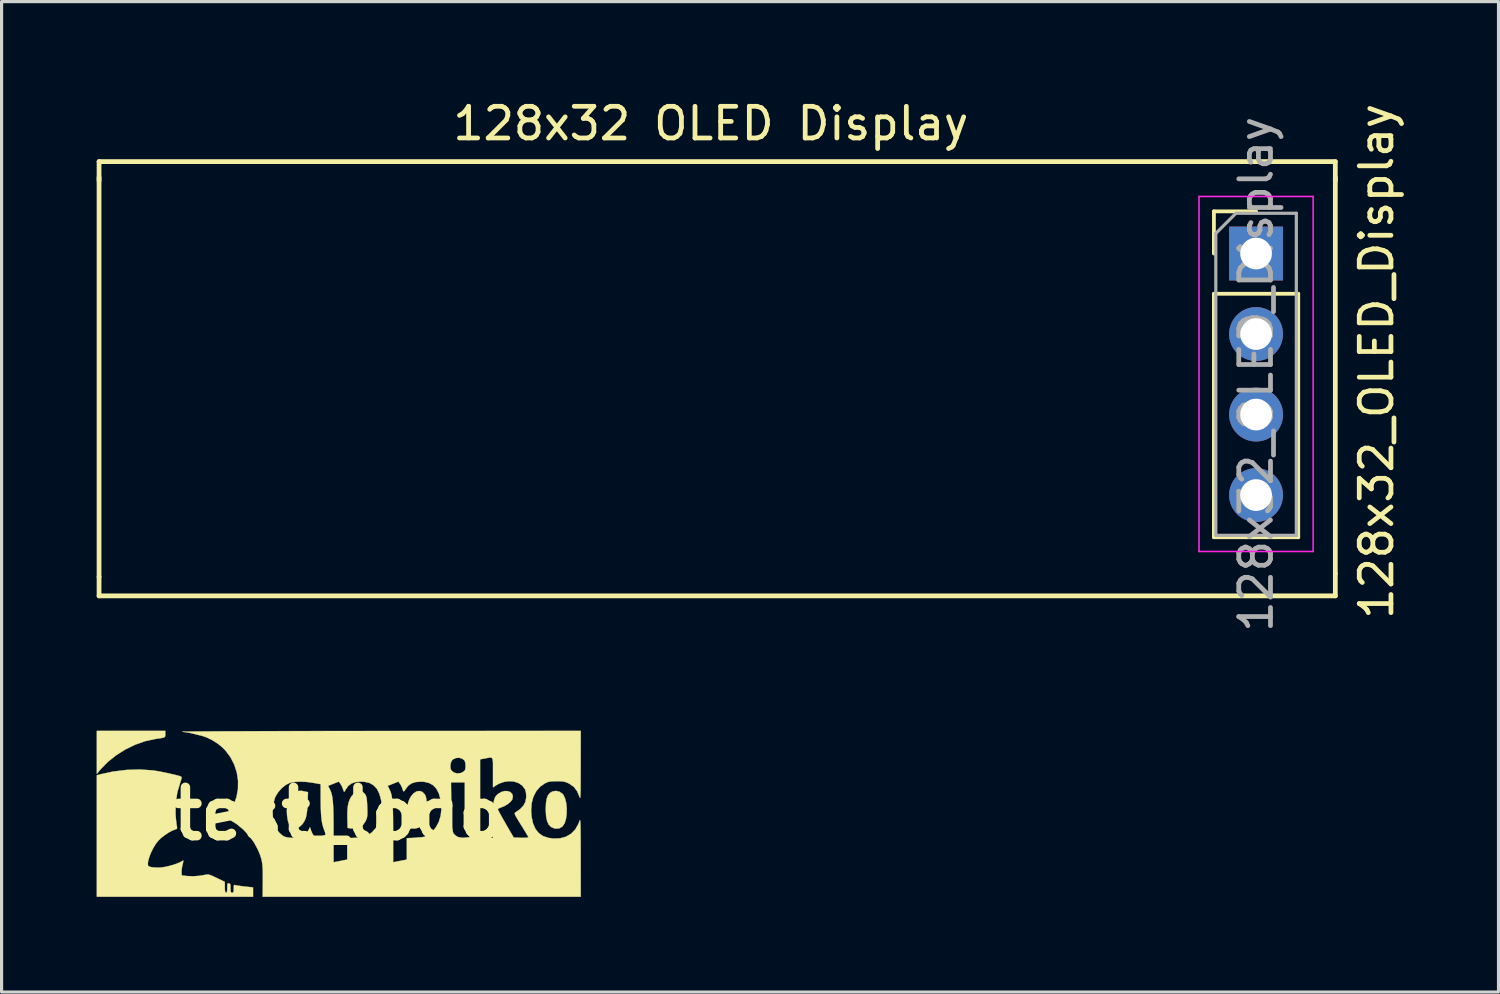
<source format=kicad_pcb>
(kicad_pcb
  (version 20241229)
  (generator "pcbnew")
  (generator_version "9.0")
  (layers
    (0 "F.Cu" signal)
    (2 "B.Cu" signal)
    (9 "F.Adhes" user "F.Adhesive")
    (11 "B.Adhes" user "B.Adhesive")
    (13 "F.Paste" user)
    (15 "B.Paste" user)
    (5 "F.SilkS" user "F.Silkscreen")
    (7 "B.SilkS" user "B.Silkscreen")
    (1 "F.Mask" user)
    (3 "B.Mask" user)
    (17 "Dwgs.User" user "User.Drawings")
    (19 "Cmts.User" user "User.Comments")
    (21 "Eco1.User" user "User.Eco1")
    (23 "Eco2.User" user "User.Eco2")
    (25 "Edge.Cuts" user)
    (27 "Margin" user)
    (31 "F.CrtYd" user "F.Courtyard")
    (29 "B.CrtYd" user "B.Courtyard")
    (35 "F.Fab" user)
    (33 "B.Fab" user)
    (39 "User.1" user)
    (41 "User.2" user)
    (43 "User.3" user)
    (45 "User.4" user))
  (footprint "test_logo"
    (layer "F.Cu")
    (at 7.625 22.623)
    (property "Reference" "test_logo" (at 0 0 0) (layer "F.SilkS") (effects (font (size 1.524 1.524) (thickness 0.3))))
    (attr through_hole)
    (fp_poly (pts (xy -5.461 -2.515) (xy -5.461 -2.47) (xy -5.468 -2.438) (xy -5.488 -2.416) (xy -5.531 -2.4) (xy -5.604 -2.386) (xy -5.716 -2.369) (xy -5.779 -2.36) (xy -6.092 -2.293) (xy -6.408 -2.182) (xy -6.716 -2.033) (xy -7.006 -1.851) (xy -7.269 -1.642) (xy -7.495 -1.412) (xy -7.539 -1.359) (xy -7.62 -1.258) (xy -7.62 -2.616) (xy -5.461 -2.616) (xy -5.461 -2.515)) (stroke (width 0.01) (type solid)) (fill yes) (layer "F.SilkS"))
    (fp_poly (pts (xy -1.155 -0.724) (xy -1.092 -0.711) (xy -1.032 -0.699) (xy -0.959 -0.683) (xy -0.972 -0.335) (xy -0.982 -0.146) (xy -1 0.003) (xy -1.026 0.121) (xy -1.065 0.217) (xy -1.117 0.302) (xy -1.143 0.335) (xy -1.239 0.421) (xy -1.342 0.462) (xy -1.416 0.463) (xy -1.488 0.426) (xy -1.547 0.345) (xy -1.591 0.225) (xy -1.618 0.07) (xy -1.626 -0.089) (xy -1.612 -0.297) (xy -1.572 -0.462) (xy -1.503 -0.586) (xy -1.407 -0.67) (xy -1.313 -0.707) (xy -1.234 -0.722) (xy -1.169 -0.726) (xy -1.155 -0.724)) (stroke (width 0.01) (type solid)) (fill yes) (layer "F.SilkS"))
    (fp_poly (pts (xy 6.97 -0.699) (xy 7.065 -0.636) (xy 7.103 -0.59) (xy 7.153 -0.48) (xy 7.187 -0.337) (xy 7.203 -0.174) (xy 7.201 -0.006) (xy 7.181 0.153) (xy 7.141 0.288) (xy 7.138 0.296) (xy 7.07 0.398) (xy 6.977 0.456) (xy 6.864 0.469) (xy 6.798 0.456) (xy 6.703 0.411) (xy 6.632 0.336) (xy 6.583 0.226) (xy 6.553 0.078) (xy 6.542 -0.114) (xy 6.542 -0.165) (xy 6.55 -0.346) (xy 6.573 -0.484) (xy 6.613 -0.586) (xy 6.672 -0.657) (xy 6.748 -0.702) (xy 6.859 -0.723) (xy 6.97 -0.699)) (stroke (width 0.01) (type solid)) (fill yes) (layer "F.SilkS"))
    (fp_poly (pts (xy 0.766 -0.693) (xy 0.841 -0.62) (xy 0.852 -0.603) (xy 0.874 -0.556) (xy 0.89 -0.496) (xy 0.9 -0.413) (xy 0.907 -0.296) (xy 0.91 -0.209) (xy 0.914 -0.075) (xy 0.913 0.02) (xy 0.907 0.089) (xy 0.894 0.144) (xy 0.873 0.198) (xy 0.855 0.236) (xy 0.773 0.356) (xy 0.668 0.433) (xy 0.536 0.466) (xy 0.381 0.459) (xy 0.292 0.445) (xy 0.284 0.14) (xy 0.283 -0.059) (xy 0.295 -0.218) (xy 0.32 -0.348) (xy 0.361 -0.459) (xy 0.408 -0.544) (xy 0.492 -0.646) (xy 0.584 -0.705) (xy 0.678 -0.721) (xy 0.766 -0.693)) (stroke (width 0.01) (type solid)) (fill yes) (layer "F.SilkS"))
    (fp_poly (pts (xy 2.646 -0.693) (xy 2.72 -0.62) (xy 2.732 -0.603) (xy 2.754 -0.556) (xy 2.769 -0.496) (xy 2.78 -0.413) (xy 2.787 -0.296) (xy 2.79 -0.209) (xy 2.793 -0.075) (xy 2.793 0.02) (xy 2.787 0.089) (xy 2.774 0.144) (xy 2.752 0.198) (xy 2.734 0.236) (xy 2.653 0.356) (xy 2.547 0.433) (xy 2.415 0.466) (xy 2.261 0.459) (xy 2.172 0.445) (xy 2.164 0.14) (xy 2.163 -0.059) (xy 2.174 -0.218) (xy 2.2 -0.348) (xy 2.24 -0.459) (xy 2.287 -0.544) (xy 2.371 -0.646) (xy 2.464 -0.705) (xy 2.558 -0.721) (xy 2.646 -0.693)) (stroke (width 0.01) (type solid)) (fill yes) (layer "F.SilkS"))
    (fp_poly (pts (xy -5.867 -1.371) (xy -5.77 -1.357) (xy -5.648 -1.336) (xy -5.512 -1.309) (xy -5.371 -1.28) (xy -5.236 -1.249) (xy -5.117 -1.221) (xy -5.024 -1.196) (xy -4.968 -1.177) (xy -4.96 -1.173) (xy -4.946 -1.149) (xy -4.952 -1.101) (xy -4.98 -1.018) (xy -4.98 -1.018) (xy -5.079 -0.688) (xy -5.132 -0.344) (xy -5.137 0.006) (xy -5.13 0.113) (xy -5.118 0.226) (xy -5.106 0.325) (xy -5.095 0.395) (xy -5.092 0.415) (xy -5.088 0.461) (xy -5.119 0.485) (xy -5.148 0.494) (xy -5.242 0.53) (xy -5.357 0.592) (xy -5.478 0.673) (xy -5.59 0.76) (xy -5.678 0.844) (xy -5.76 0.949) (xy -5.837 1.075) (xy -5.905 1.21) (xy -5.96 1.345) (xy -5.997 1.469) (xy -6.012 1.572) (xy -6.004 1.636) (xy -5.969 1.664) (xy -5.894 1.684) (xy -5.79 1.695) (xy -5.668 1.697) (xy -5.567 1.69) (xy -5.453 1.672) (xy -5.322 1.641) (xy -5.189 1.603) (xy -5.069 1.561) (xy -4.98 1.521) (xy -4.96 1.51) (xy -4.914 1.482) (xy -4.893 1.473) (xy -4.893 1.495) (xy -4.904 1.553) (xy -4.919 1.615) (xy -4.938 1.713) (xy -4.948 1.807) (xy -4.948 1.85) (xy -4.94 1.943) (xy -4.788 1.962) (xy -4.593 1.971) (xy -4.379 1.956) (xy -4.212 1.927) (xy -4.157 1.917) (xy -4.111 1.915) (xy -4.06 1.926) (xy -3.994 1.951) (xy -3.9 1.994) (xy -3.839 2.024) (xy -3.585 2.146) (xy -3.583 2.318) (xy -3.58 2.413) (xy -3.57 2.466) (xy -3.553 2.488) (xy -3.543 2.489) (xy -3.521 2.478) (xy -3.509 2.437) (xy -3.505 2.357) (xy -3.505 2.334) (xy -3.503 2.249) (xy -3.496 2.204) (xy -3.48 2.191) (xy -3.465 2.194) (xy -3.425 2.208) (xy -3.414 2.21) (xy -3.408 2.233) (xy -3.405 2.292) (xy -3.404 2.349) (xy -3.401 2.43) (xy -3.392 2.472) (xy -3.371 2.488) (xy -3.353 2.489) (xy -3.323 2.483) (xy -3.307 2.455) (xy -3.302 2.393) (xy -3.302 2.359) (xy -3.3 2.284) (xy -3.291 2.249) (xy -3.271 2.243) (xy -3.258 2.248) (xy -3.214 2.258) (xy -3.134 2.271) (xy -3.029 2.285) (xy -2.953 2.294) (xy -2.692 2.322) (xy -2.692 2.616) (xy -7.62 2.616) (xy -7.62 -1.217) (xy -7.525 -1.243) (xy -7.112 -1.332) (xy -6.689 -1.384) (xy -6.269 -1.398) (xy -5.867 -1.371)) (stroke (width 0.01) (type solid)) (fill yes) (layer "F.SilkS"))
    (fp_poly (pts (xy 7.644 -1.518) (xy 7.643 -1.254) (xy 7.642 -1.036) (xy 7.641 -0.862) (xy 7.64 -0.728) (xy 7.637 -0.628) (xy 7.634 -0.56) (xy 7.63 -0.52) (xy 7.624 -0.503) (xy 7.618 -0.507) (xy 7.609 -0.526) (xy 7.603 -0.545) (xy 7.53 -0.716) (xy 7.428 -0.849) (xy 7.291 -0.946) (xy 7.271 -0.957) (xy 7.194 -0.992) (xy 7.126 -1.013) (xy 7.05 -1.024) (xy 6.949 -1.028) (xy 6.883 -1.028) (xy 6.762 -1.025) (xy 6.676 -1.018) (xy 6.608 -1.002) (xy 6.542 -0.974) (xy 6.513 -0.96) (xy 6.36 -0.852) (xy 6.238 -0.708) (xy 6.149 -0.532) (xy 6.096 -0.329) (xy 6.08 -0.104) (xy 6.094 0.089) (xy 6.14 0.303) (xy 6.215 0.474) (xy 6.319 0.607) (xy 6.454 0.701) (xy 6.624 0.759) (xy 6.781 0.781) (xy 6.992 0.774) (xy 7.179 0.723) (xy 7.34 0.629) (xy 7.471 0.495) (xy 7.571 0.321) (xy 7.609 0.221) (xy 7.616 0.202) (xy 7.623 0.201) (xy 7.628 0.221) (xy 7.632 0.266) (xy 7.636 0.339) (xy 7.638 0.444) (xy 7.64 0.584) (xy 7.642 0.763) (xy 7.643 0.985) (xy 7.644 1.252) (xy 7.644 1.365) (xy 7.645 2.616) (xy -2.388 2.616) (xy -2.383 2.115) (xy -2.383 1.908) (xy -2.387 1.742) (xy -2.397 1.606) (xy -2.415 1.488) (xy -2.443 1.379) (xy -2.481 1.268) (xy -2.533 1.144) (xy -2.541 1.127) (xy -2.662 0.903) (xy -2.82 0.688) (xy -3.004 0.492) (xy -3.204 0.326) (xy -3.377 0.218) (xy -3.476 0.161) (xy -3.53 0.119) (xy -3.539 0.094) (xy -3.515 0.057) (xy -3.472 -0.005) (xy -3.437 -0.054) (xy -3.403 -0.112) (xy -2.076 -0.112) (xy -2.068 0.085) (xy -2.031 0.271) (xy -1.969 0.438) (xy -1.883 0.577) (xy -1.774 0.679) (xy -1.772 0.68) (xy -1.709 0.717) (xy -1.643 0.739) (xy -1.559 0.752) (xy -1.46 0.758) (xy -1.288 0.753) (xy -1.153 0.719) (xy -1.048 0.653) (xy -0.963 0.55) (xy -0.934 0.497) (xy -0.896 0.423) (xy -0.864 0.523) (xy -0.826 0.612) (xy -0.776 0.697) (xy -0.771 0.704) (xy -0.71 0.786) (xy -0.577 0.733) (xy -0.499 0.702) (xy -0.438 0.678) (xy -0.416 0.669) (xy -0.408 0.639) (xy -0.426 0.567) (xy -0.448 0.51) (xy -0.484 0.405) (xy -0.513 0.291) (xy -0.533 0.159) (xy -0.547 0.001) (xy -0.555 -0.19) (xy -0.558 -0.423) (xy -0.558 -0.461) (xy -0.559 -0.882) (xy -0.326 -0.882) (xy -0.277 -0.788) (xy -0.247 -0.725) (xy -0.222 -0.657) (xy -0.202 -0.579) (xy -0.186 -0.487) (xy -0.174 -0.375) (xy -0.165 -0.236) (xy -0.159 -0.067) (xy -0.155 0.138) (xy -0.153 0.385) (xy -0.153 0.593) (xy -0.152 1.528) (xy -0.083 1.515) (xy -0.018 1.502) (xy 0.072 1.485) (xy 0.133 1.473) (xy 0.279 1.444) (xy 0.279 0.768) (xy 0.54 0.757) (xy 0.676 0.749) (xy 0.775 0.736) (xy 0.851 0.716) (xy 0.907 0.691) (xy 1.063 0.581) (xy 1.191 0.436) (xy 1.286 0.26) (xy 1.347 0.06) (xy 1.372 -0.156) (xy 1.357 -0.383) (xy 1.347 -0.436) (xy 1.293 -0.634) (xy 1.215 -0.789) (xy 1.128 -0.882) (xy 1.554 -0.882) (xy 1.603 -0.788) (xy 1.633 -0.725) (xy 1.658 -0.657) (xy 1.678 -0.579) (xy 1.694 -0.487) (xy 1.706 -0.375) (xy 1.715 -0.236) (xy 1.721 -0.067) (xy 1.725 0.138) (xy 1.726 0.385) (xy 1.727 0.593) (xy 1.727 1.528) (xy 1.797 1.515) (xy 1.861 1.502) (xy 1.951 1.485) (xy 2.013 1.473) (xy 2.159 1.444) (xy 2.159 0.768) (xy 2.419 0.757) (xy 2.555 0.749) (xy 2.654 0.736) (xy 2.73 0.716) (xy 2.787 0.691) (xy 2.943 0.581) (xy 3.07 0.436) (xy 3.166 0.26) (xy 3.227 0.06) (xy 3.251 -0.156) (xy 3.236 -0.383) (xy 3.227 -0.436) (xy 3.172 -0.635) (xy 3.093 -0.79) (xy 2.988 -0.903) (xy 2.854 -0.976) (xy 2.788 -0.991) (xy 3.553 -0.991) (xy 3.561 -0.248) (xy 3.564 -0.016) (xy 3.567 0.17) (xy 3.573 0.317) (xy 3.582 0.43) (xy 3.595 0.516) (xy 3.613 0.579) (xy 3.637 0.626) (xy 3.669 0.662) (xy 3.709 0.693) (xy 3.741 0.714) (xy 3.8 0.743) (xy 3.869 0.756) (xy 3.964 0.757) (xy 3.994 0.756) (xy 4.084 0.748) (xy 4.155 0.736) (xy 4.19 0.722) (xy 4.203 0.679) (xy 4.199 0.602) (xy 4.196 0.583) (xy 4.179 0.511) (xy 4.155 0.475) (xy 4.114 0.461) (xy 4.078 0.455) (xy 4.049 0.445) (xy 4.027 0.425) (xy 4.011 0.39) (xy 4 0.334) (xy 3.994 0.251) (xy 3.99 0.136) (xy 3.988 -0.016) (xy 3.988 -0.211) (xy 3.988 -0.295) (xy 3.988 -0.991) (xy 3.77 -0.991) (xy 3.553 -0.991) (xy 2.788 -0.991) (xy 2.691 -1.011) (xy 2.598 -1.015) (xy 2.432 -1.001) (xy 2.302 -0.958) (xy 2.2 -0.881) (xy 2.135 -0.798) (xy 2.091 -0.732) (xy 2.064 -0.706) (xy 2.048 -0.713) (xy 2.043 -0.726) (xy 2.003 -0.838) (xy 1.964 -0.917) (xy 1.936 -0.959) (xy 1.892 -1.016) (xy 1.723 -0.949) (xy 1.554 -0.882) (xy 1.128 -0.882) (xy 1.111 -0.901) (xy 0.978 -0.975) (xy 0.814 -1.011) (xy 0.711 -1.016) (xy 0.543 -1.002) (xy 0.411 -0.956) (xy 0.307 -0.876) (xy 0.225 -0.757) (xy 0.221 -0.749) (xy 0.194 -0.701) (xy 0.178 -0.695) (xy 0.165 -0.724) (xy 0.126 -0.831) (xy 0.092 -0.904) (xy 0.056 -0.959) (xy 0.012 -1.016) (xy -0.157 -0.949) (xy -0.326 -0.882) (xy -0.559 -0.882) (xy -0.559 -0.935) (xy -0.781 -0.975) (xy -0.985 -1.004) (xy -1.181 -1.015) (xy -1.358 -1.008) (xy -1.504 -0.984) (xy -1.539 -0.973) (xy -1.663 -0.91) (xy -1.787 -0.809) (xy -1.897 -0.685) (xy -1.981 -0.551) (xy -2.003 -0.499) (xy -2.055 -0.309) (xy -2.076 -0.112) (xy -3.403 -0.112) (xy -3.303 -0.283) (xy -3.214 -0.529) (xy -3.168 -0.786) (xy -3.165 -1.047) (xy -3.205 -1.305) (xy -3.273 -1.517) (xy 3.532 -1.517) (xy 3.538 -1.428) (xy 3.563 -1.37) (xy 3.646 -1.301) (xy 3.75 -1.273) (xy 3.862 -1.287) (xy 3.91 -1.307) (xy 3.966 -1.346) (xy 3.997 -1.385) (xy 4.011 -1.455) (xy 4.011 -1.542) (xy 4 -1.625) (xy 3.979 -1.681) (xy 3.979 -1.682) (xy 3.933 -1.718) (xy 4.47 -1.718) (xy 4.47 0.762) (xy 4.877 0.762) (xy 4.877 0.197) (xy 4.879 -0.014) (xy 4.883 -0.181) (xy 4.891 -0.311) (xy 4.906 -0.41) (xy 4.927 -0.485) (xy 4.956 -0.543) (xy 4.995 -0.59) (xy 5.042 -0.631) (xy 5.145 -0.691) (xy 5.249 -0.719) (xy 5.344 -0.715) (xy 5.424 -0.684) (xy 5.48 -0.63) (xy 5.504 -0.554) (xy 5.488 -0.46) (xy 5.485 -0.454) (xy 5.436 -0.385) (xy 5.351 -0.313) (xy 5.246 -0.248) (xy 5.133 -0.201) (xy 5.124 -0.198) (xy 5.064 -0.174) (xy 5.031 -0.148) (xy 5.03 -0.142) (xy 5.042 -0.112) (xy 5.076 -0.046) (xy 5.128 0.049) (xy 5.194 0.167) (xy 5.271 0.3) (xy 5.28 0.318) (xy 5.531 0.749) (xy 5.763 0.757) (xy 5.866 0.757) (xy 5.945 0.754) (xy 5.989 0.746) (xy 5.994 0.74) (xy 5.981 0.712) (xy 5.946 0.649) (xy 5.891 0.558) (xy 5.823 0.446) (xy 5.764 0.352) (xy 5.68 0.217) (xy 5.621 0.119) (xy 5.584 0.051) (xy 5.565 0.006) (xy 5.563 -0.021) (xy 5.574 -0.036) (xy 5.577 -0.038) (xy 5.728 -0.143) (xy 5.834 -0.253) (xy 5.898 -0.373) (xy 5.925 -0.511) (xy 5.926 -0.559) (xy 5.918 -0.664) (xy 5.895 -0.756) (xy 5.884 -0.78) (xy 5.8 -0.891) (xy 5.683 -0.97) (xy 5.543 -1.017) (xy 5.388 -1.029) (xy 5.225 -1.007) (xy 5.063 -0.95) (xy 4.934 -0.873) (xy 4.877 -0.832) (xy 4.877 -1.305) (xy 4.877 -1.475) (xy 4.877 -1.6) (xy 4.871 -1.687) (xy 4.858 -1.741) (xy 4.834 -1.769) (xy 4.795 -1.776) (xy 4.738 -1.769) (xy 4.659 -1.753) (xy 4.632 -1.748) (xy 4.47 -1.718) (xy 3.933 -1.718) (xy 3.904 -1.741) (xy 3.808 -1.768) (xy 3.708 -1.76) (xy 3.619 -1.72) (xy 3.583 -1.685) (xy 3.547 -1.61) (xy 3.532 -1.517) (xy -3.273 -1.517) (xy -3.286 -1.555) (xy -3.407 -1.79) (xy -3.569 -2.004) (xy -3.667 -2.102) (xy -3.813 -2.219) (xy -3.98 -2.324) (xy -4.153 -2.409) (xy -4.315 -2.464) (xy -4.356 -2.473) (xy -4.424 -2.489) (xy -4.516 -2.512) (xy -4.572 -2.527) (xy -4.667 -2.549) (xy -4.788 -2.57) (xy -4.912 -2.586) (xy -4.928 -2.588) (xy -4.923 -2.59) (xy -4.869 -2.592) (xy -4.768 -2.594) (xy -4.622 -2.596) (xy -4.432 -2.598) (xy -4.201 -2.599) (xy -3.93 -2.601) (xy -3.621 -2.603) (xy -3.276 -2.604) (xy -2.897 -2.605) (xy -2.486 -2.607) (xy -2.044 -2.608) (xy -1.573 -2.609) (xy -1.075 -2.61) (xy -0.553 -2.611) (xy -0.007 -2.612) (xy 0.56 -2.612) (xy 1.146 -2.613) (xy 1.251 -2.613) (xy 7.645 -2.616) (xy 7.644 -1.518)) (stroke (width 0.01) (type solid)) (fill yes) (layer "F.SilkS")))
  (footprint "128x32_OLED_Display"
    (layer "F.Cu")
    (at 36.575 4.948)
    (property "Reference" "128x32_OLED_Display" (at 3.8 3.4 90) (layer "F.SilkS") (effects (font (size 1 1) (thickness 0.15))))
    (attr through_hole)
    (fp_line (start -36.5 -2.9) (end -36.5 -2.3) (stroke (width 0.15) (type solid)) (layer "F.SilkS"))
    (fp_line (start -36.5 -2.4) (end -36.5 10.2) (stroke (width 0.15) (type solid)) (layer "F.SilkS"))
    (fp_line (start -36.5 10.8) (end -36.5 10.2) (stroke (width 0.15) (type solid)) (layer "F.SilkS"))
    (fp_line (start -1.33 -1.33) (end 0 -1.33) (stroke (width 0.12) (type solid)) (layer "F.SilkS"))
    (fp_line (start -1.33 0) (end -1.33 -1.33) (stroke (width 0.12) (type solid)) (layer "F.SilkS"))
    (fp_line (start -1.33 1.27) (end -1.33 8.95) (stroke (width 0.12) (type solid)) (layer "F.SilkS"))
    (fp_line (start -1.33 1.27) (end 1.33 1.27) (stroke (width 0.12) (type solid)) (layer "F.SilkS"))
    (fp_line (start -1.33 8.95) (end 1.33 8.95) (stroke (width 0.12) (type solid)) (layer "F.SilkS"))
    (fp_line (start 1.33 1.27) (end 1.33 8.95) (stroke (width 0.12) (type solid)) (layer "F.SilkS"))
    (fp_line (start 2.5 -2.9) (end -36.5 -2.9) (stroke (width 0.15) (type solid)) (layer "F.SilkS"))
    (fp_line (start 2.5 -2.9) (end 2.5 -2.3) (stroke (width 0.15) (type solid)) (layer "F.SilkS"))
    (fp_line (start 2.5 -2.4) (end 2.5 10.1) (stroke (width 0.15) (type solid)) (layer "F.SilkS"))
    (fp_line (start 2.5 10.1) (end 2.5 10.8) (stroke (width 0.15) (type solid)) (layer "F.SilkS"))
    (fp_line (start 2.5 10.8) (end -36.5 10.8) (stroke (width 0.15) (type solid)) (layer "F.SilkS"))
    (fp_line (start -1.8 -1.8) (end -1.8 9.4) (stroke (width 0.05) (type solid)) (layer "F.CrtYd"))
    (fp_line (start -1.8 9.4) (end 1.8 9.4) (stroke (width 0.05) (type solid)) (layer "F.CrtYd"))
    (fp_line (start 1.8 -1.8) (end -1.8 -1.8) (stroke (width 0.05) (type solid)) (layer "F.CrtYd"))
    (fp_line (start 1.8 9.4) (end 1.8 -1.8) (stroke (width 0.05) (type solid)) (layer "F.CrtYd"))
    (fp_line (start -1.27 -0.635) (end -0.635 -1.27) (stroke (width 0.1) (type solid)) (layer "F.Fab"))
    (fp_line (start -1.27 8.89) (end -1.27 -0.635) (stroke (width 0.1) (type solid)) (layer "F.Fab"))
    (fp_line (start -0.635 -1.27) (end 1.27 -1.27) (stroke (width 0.1) (type solid)) (layer "F.Fab"))
    (fp_line (start 1.27 -1.27) (end 1.27 8.89) (stroke (width 0.1) (type solid)) (layer "F.Fab"))
    (fp_line (start 1.27 8.89) (end -1.27 8.89) (stroke (width 0.1) (type solid)) (layer "F.Fab"))
    (fp_text user "128x32 OLED Display" (at -17.2 -4.1 0) (layer "F.SilkS") (effects (font (size 1 1) (thickness 0.15))))
    (fp_text user "${REFERENCE}" (at 0 3.81 90) (layer "F.Fab") (effects (font (size 1 1) (thickness 0.15))))
    (pad "1" thru_hole rect (at 0 0) (size 1.7 1.7) (drill 1) (layers "*.Cu" "*.Mask"))
    (pad "2" thru_hole oval (at 0 2.54) (size 1.7 1.7) (drill 1) (layers "*.Cu" "*.Mask"))
    (pad "3" thru_hole oval (at 0 5.08) (size 1.7 1.7) (drill 1) (layers "*.Cu" "*.Mask"))
    (pad "4" thru_hole oval (at 0 7.62) (size 1.7 1.7) (drill 1) (layers "*.Cu" "*.Mask")))
  (gr_rect
    (start -3 -3)
    (end 44.223 28.245)
    (stroke (width 0.1) (type default))
    (fill no)
    (layer "Edge.Cuts")))
</source>
